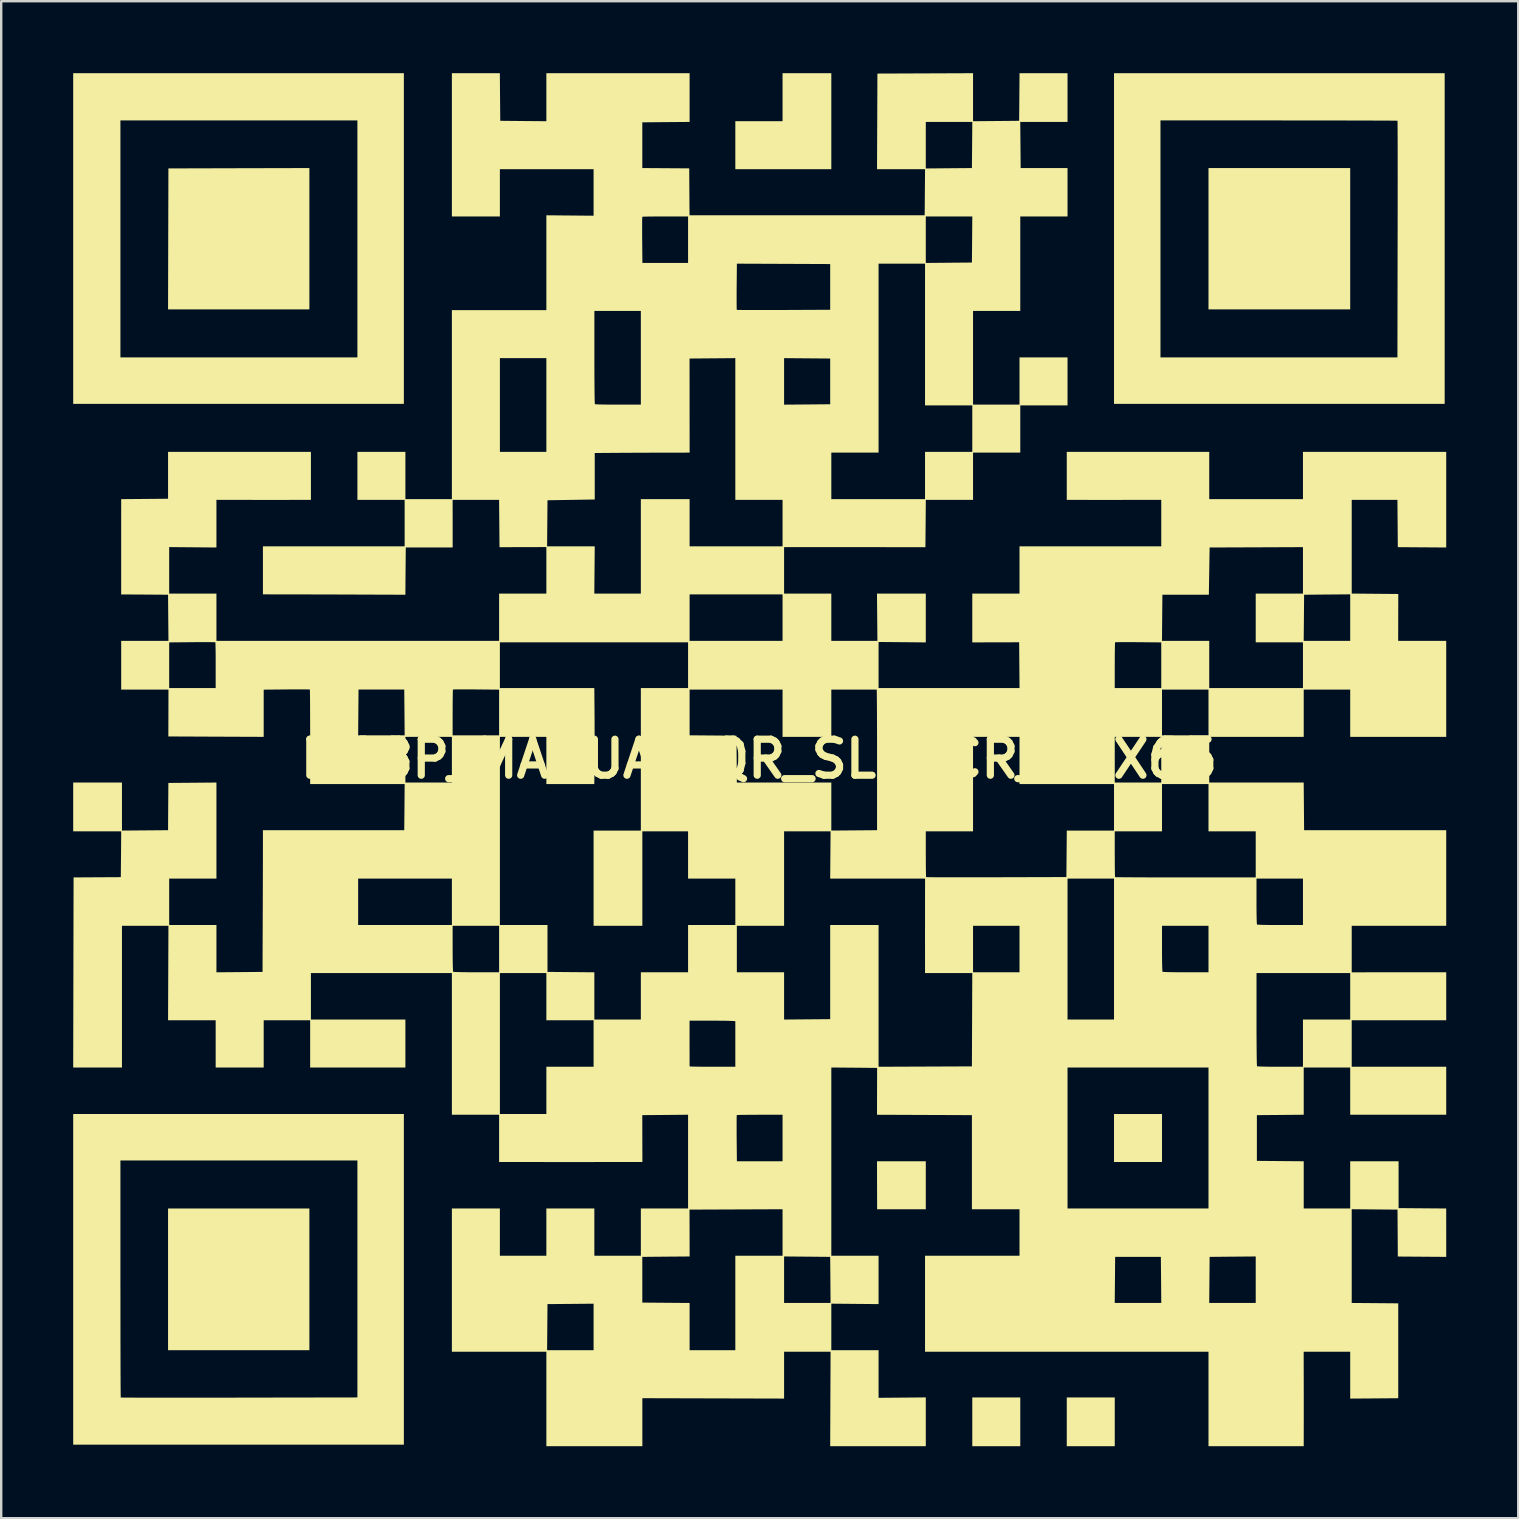
<source format=kicad_pcb>
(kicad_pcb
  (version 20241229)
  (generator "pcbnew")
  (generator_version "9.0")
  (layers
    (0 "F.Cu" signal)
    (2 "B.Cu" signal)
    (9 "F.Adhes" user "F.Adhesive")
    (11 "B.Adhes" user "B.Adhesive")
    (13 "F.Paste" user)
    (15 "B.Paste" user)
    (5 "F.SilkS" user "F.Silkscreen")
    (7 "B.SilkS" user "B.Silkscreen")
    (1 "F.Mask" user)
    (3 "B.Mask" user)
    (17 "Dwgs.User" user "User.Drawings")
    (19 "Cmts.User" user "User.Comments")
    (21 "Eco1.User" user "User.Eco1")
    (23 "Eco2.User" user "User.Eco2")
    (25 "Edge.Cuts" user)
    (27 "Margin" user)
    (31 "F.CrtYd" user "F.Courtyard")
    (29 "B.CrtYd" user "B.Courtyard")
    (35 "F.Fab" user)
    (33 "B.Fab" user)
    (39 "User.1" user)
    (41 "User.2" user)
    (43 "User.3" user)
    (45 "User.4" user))
  (footprint "MC8P_MANUAL_QR_SLKSCR_65X65"
    (layer "F.Cu")
    (at 28.575 28.575)
    (property "Reference" "MC8P_MANUAL_QR_SLKSCR_65X65" (at 0 0 0) (layer "F.SilkS") (effects (font (size 1.5 1.5) (thickness 0.3))))
    (attr board_only exclude_from_pos_files exclude_from_bom)
    (fp_poly (pts (xy -18.733 -21.677) (xy -18.733 -18.733) (xy -21.677 -18.733) (xy -24.622 -18.733) (xy -24.615 -21.67) (xy -24.607 -24.607) (xy -21.67 -24.615) (xy -18.733 -24.622)) (stroke (width 0) (type solid)) (fill yes) (layer "F.SilkS"))
    (fp_poly (pts (xy -18.733 21.685) (xy -18.733 24.638) (xy -21.677 24.638) (xy -24.622 24.638) (xy -24.622 21.685) (xy -24.622 18.733) (xy -21.677 18.733) (xy -18.733 18.733)) (stroke (width 0) (type solid)) (fill yes) (layer "F.SilkS"))
    (fp_poly (pts (xy 6.953 17.764) (xy 6.953 18.764) (xy 5.939 18.764) (xy 4.925 18.764) (xy 4.922 17.764) (xy 4.92 16.764) (xy 5.936 16.764) (xy 6.953 16.764)) (stroke (width 0) (type solid)) (fill yes) (layer "F.SilkS"))
    (fp_poly (pts (xy 10.89 27.622) (xy 10.89 28.639) (xy 9.89 28.639) (xy 8.89 28.639) (xy 8.89 27.622) (xy 8.89 26.607) (xy 9.89 26.607) (xy 10.89 26.607)) (stroke (width 0) (type solid)) (fill yes) (layer "F.SilkS"))
    (fp_poly (pts (xy 14.827 27.622) (xy 14.827 28.639) (xy 13.827 28.639) (xy 12.827 28.639) (xy 12.827 27.622) (xy 12.827 26.607) (xy 13.827 26.607) (xy 14.827 26.607)) (stroke (width 0) (type solid)) (fill yes) (layer "F.SilkS"))
    (fp_poly (pts (xy 16.796 15.796) (xy 16.796 16.796) (xy 15.796 16.796) (xy 14.796 16.796) (xy 14.796 15.796) (xy 14.796 14.796) (xy 15.796 14.796) (xy 16.796 14.796)) (stroke (width 0) (type solid)) (fill yes) (layer "F.SilkS"))
    (fp_poly (pts (xy 24.638 -21.677) (xy 24.638 -18.733) (xy 21.685 -18.733) (xy 18.733 -18.733) (xy 18.733 -21.677) (xy 18.733 -24.622) (xy 21.685 -24.622) (xy 24.638 -24.622)) (stroke (width 0) (type solid)) (fill yes) (layer "F.SilkS"))
    (fp_poly (pts (xy 3.016 -26.575) (xy 3.016 -24.575) (xy 1.016 -24.575) (xy -0.984 -24.575) (xy -0.984 -25.575) (xy -0.984 -26.575) (xy 0 -26.575) (xy 0.984 -26.575) (xy 0.984 -27.575) (xy 0.984 -28.575) (xy 2 -28.575) (xy 3.016 -28.575)) (stroke (width 0) (type solid)) (fill yes) (layer "F.SilkS"))
    (fp_poly (pts (xy -14.796 -21.685) (xy -14.796 -14.796) (xy -21.685 -14.796) (xy -28.575 -14.796) (xy -28.575 -21.669) (xy -26.607 -21.669) (xy -26.607 -16.732) (xy -21.669 -16.732) (xy -16.732 -16.732) (xy -16.732 -21.669) (xy -16.732 -26.607) (xy -21.669 -26.607) (xy -26.607 -26.607) (xy -26.607 -21.669) (xy -28.575 -21.669) (xy -28.575 -21.685) (xy -28.575 -28.575) (xy -21.685 -28.575) (xy -14.796 -28.575)) (stroke (width 0) (type solid)) (fill yes) (layer "F.SilkS"))
    (fp_poly (pts (xy -14.796 21.685) (xy -14.796 28.575) (xy -21.685 28.575) (xy -28.575 28.575) (xy -28.575 21.685) (xy -28.575 21.664) (xy -26.607 21.664) (xy -26.606 22.219) (xy -26.606 22.756) (xy -26.606 23.272) (xy -26.605 23.764) (xy -26.605 24.229) (xy -26.604 24.662) (xy -26.603 25.061) (xy -26.602 25.423) (xy -26.601 25.742) (xy -26.6 26.017) (xy -26.598 26.244) (xy -26.597 26.419) (xy -26.595 26.54) (xy -26.594 26.601) (xy -26.593 26.609) (xy -26.561 26.611) (xy -26.468 26.612) (xy -26.318 26.613) (xy -26.116 26.614) (xy -25.863 26.615) (xy -25.565 26.616) (xy -25.223 26.616) (xy -24.842 26.616) (xy -24.424 26.617) (xy -23.974 26.616) (xy -23.495 26.616) (xy -22.99 26.616) (xy -22.462 26.615) (xy -21.916 26.615) (xy -21.656 26.614) (xy -16.732 26.606) (xy -16.732 21.669) (xy -16.732 16.732) (xy -21.669 16.732) (xy -26.607 16.732) (xy -26.607 21.664) (xy -28.575 21.664) (xy -28.575 14.796) (xy -21.685 14.796) (xy -14.796 14.796)) (stroke (width 0) (type solid)) (fill yes) (layer "F.SilkS"))
    (fp_poly (pts (xy 28.575 -21.685) (xy 28.575 -14.796) (xy 21.685 -14.796) (xy 14.796 -14.796) (xy 14.796 -21.685) (xy 14.796 -26.607) (xy 16.732 -26.607) (xy 16.732 -21.669) (xy 16.732 -16.732) (xy 21.669 -16.732) (xy 26.606 -16.732) (xy 26.614 -21.656) (xy 26.615 -22.21) (xy 26.616 -22.747) (xy 26.616 -23.263) (xy 26.616 -23.755) (xy 26.617 -24.219) (xy 26.616 -24.652) (xy 26.616 -25.05) (xy 26.616 -25.411) (xy 26.615 -25.73) (xy 26.614 -26.004) (xy 26.613 -26.231) (xy 26.612 -26.405) (xy 26.611 -26.525) (xy 26.61 -26.586) (xy 26.609 -26.593) (xy 26.576 -26.595) (xy 26.484 -26.596) (xy 26.334 -26.598) (xy 26.132 -26.599) (xy 25.879 -26.6) (xy 25.58 -26.601) (xy 25.239 -26.602) (xy 24.857 -26.603) (xy 24.44 -26.604) (xy 23.99 -26.605) (xy 23.51 -26.606) (xy 23.005 -26.606) (xy 22.477 -26.606) (xy 21.93 -26.606) (xy 21.664 -26.607) (xy 16.732 -26.607) (xy 14.796 -26.607) (xy 14.796 -28.575) (xy 21.685 -28.575) (xy 28.575 -28.575)) (stroke (width 0) (type solid)) (fill yes) (layer "F.SilkS"))
    (fp_poly (pts (xy 8.922 -27.575) (xy 8.922 -26.574) (xy 9.882 -26.582) (xy 10.843 -26.591) (xy 10.851 -27.583) (xy 10.859 -28.575) (xy 11.859 -28.575) (xy 12.859 -28.575) (xy 12.859 -27.559) (xy 12.859 -26.543) (xy 11.874 -26.543) (xy 10.889 -26.543) (xy 10.898 -25.583) (xy 10.906 -24.622) (xy 11.882 -24.622) (xy 12.859 -24.622) (xy 12.859 -23.614) (xy 12.859 -22.606) (xy 11.874 -22.606) (xy 10.89 -22.606) (xy 10.89 -20.637) (xy 10.89 -18.669) (xy 9.906 -18.669) (xy 8.922 -18.669) (xy 8.922 -16.716) (xy 8.922 -14.764) (xy 9.89 -14.764) (xy 10.858 -14.764) (xy 10.858 -15.748) (xy 10.858 -16.732) (xy 11.859 -16.732) (xy 12.859 -16.732) (xy 12.859 -15.732) (xy 12.859 -14.732) (xy 11.874 -14.732) (xy 10.89 -14.732) (xy 10.89 -13.748) (xy 10.89 -12.764) (xy 9.906 -12.764) (xy 8.922 -12.764) (xy 8.922 -11.779) (xy 8.922 -10.795) (xy 7.938 -10.795) (xy 6.954 -10.795) (xy 6.946 -9.81) (xy 6.937 -8.824) (xy 3.993 -8.825) (xy 1.048 -8.826) (xy 1.048 -7.858) (xy 1.048 -6.89) (xy 2.032 -6.89) (xy 3.016 -6.89) (xy 3.016 -5.905) (xy 3.016 -4.921) (xy 3.977 -4.921) (xy 4.937 -4.921) (xy 4.928 -5.905) (xy 4.919 -6.89) (xy 5.936 -6.89) (xy 6.953 -6.89) (xy 6.953 -5.873) (xy 6.953 -4.856) (xy 5.969 -4.865) (xy 4.985 -4.874) (xy 4.985 -3.913) (xy 4.985 -2.953) (xy 7.922 -2.953) (xy 10.859 -2.953) (xy 10.851 -3.9) (xy 14.827 -3.9) (xy 14.827 -2.953) (xy 15.796 -2.953) (xy 16.764 -2.953) (xy 16.764 -3.904) (xy 16.764 -4.856) (xy 15.809 -4.865) (xy 15.569 -4.867) (xy 15.351 -4.867) (xy 15.161 -4.867) (xy 15.008 -4.866) (xy 14.901 -4.864) (xy 14.846 -4.862) (xy 14.84 -4.86) (xy 14.837 -4.827) (xy 14.834 -4.737) (xy 14.832 -4.6) (xy 14.829 -4.423) (xy 14.828 -4.215) (xy 14.827 -3.982) (xy 14.827 -3.9) (xy 10.851 -3.9) (xy 10.851 -3.907) (xy 10.843 -4.861) (xy 9.866 -4.859) (xy 8.89 -4.856) (xy 8.89 -4.921) (xy 16.795 -4.921) (xy 17.78 -4.921) (xy 18.764 -4.921) (xy 18.764 -3.937) (xy 18.764 -2.953) (xy 20.717 -2.953) (xy 22.669 -2.953) (xy 22.669 -3.905) (xy 22.669 -4.858) (xy 21.685 -4.858) (xy 20.701 -4.858) (xy 20.701 -4.921) (xy 22.7 -4.921) (xy 23.669 -4.921) (xy 24.638 -4.921) (xy 24.638 -5.89) (xy 24.638 -6.859) (xy 23.678 -6.851) (xy 22.717 -6.842) (xy 22.709 -5.882) (xy 22.7 -4.921) (xy 20.701 -4.921) (xy 20.701 -5.874) (xy 20.701 -6.89) (xy 21.685 -6.89) (xy 22.669 -6.89) (xy 22.669 -7.858) (xy 22.669 -8.826) (xy 20.725 -8.818) (xy 18.78 -8.811) (xy 18.764 -7.826) (xy 18.748 -6.842) (xy 17.78 -6.842) (xy 16.812 -6.842) (xy 16.803 -5.882) (xy 16.795 -4.921) (xy 8.89 -4.921) (xy 8.89 -5.873) (xy 8.89 -6.89) (xy 9.874 -6.89) (xy 10.858 -6.89) (xy 10.858 -7.874) (xy 10.858 -8.858) (xy 13.811 -8.858) (xy 16.764 -8.858) (xy 16.764 -9.827) (xy 16.764 -10.797) (xy 15.788 -10.795) (xy 15.479 -10.795) (xy 15.129 -10.794) (xy 14.758 -10.794) (xy 14.39 -10.794) (xy 14.046 -10.794) (xy 13.819 -10.794) (xy 12.827 -10.795) (xy 12.827 -11.795) (xy 12.827 -12.795) (xy 15.796 -12.795) (xy 18.764 -12.795) (xy 18.764 -11.811) (xy 18.764 -10.827) (xy 20.717 -10.827) (xy 22.669 -10.827) (xy 22.669 -11.811) (xy 22.669 -12.795) (xy 25.654 -12.795) (xy 28.639 -12.795) (xy 28.639 -10.803) (xy 28.639 -8.811) (xy 27.63 -8.818) (xy 26.622 -8.825) (xy 26.614 -9.81) (xy 26.606 -10.795) (xy 25.654 -10.795) (xy 24.701 -10.795) (xy 24.701 -8.843) (xy 24.701 -6.891) (xy 25.672 -6.882) (xy 26.642 -6.874) (xy 26.639 -5.898) (xy 26.637 -4.921) (xy 27.638 -4.921) (xy 28.639 -4.921) (xy 28.639 -2.921) (xy 28.639 -0.921) (xy 26.638 -0.921) (xy 24.638 -0.921) (xy 24.638 -1.905) (xy 24.638 -2.889) (xy 23.67 -2.889) (xy 22.701 -2.889) (xy 22.701 -1.905) (xy 22.701 -0.921) (xy 20.733 -0.921) (xy 18.764 -0.921) (xy 18.764 0.032) (xy 18.764 0.984) (xy 20.732 0.984) (xy 22.7 0.984) (xy 22.709 1.976) (xy 22.717 2.969) (xy 25.678 2.969) (xy 28.639 2.969) (xy 28.639 4.961) (xy 28.639 6.953) (xy 26.67 6.953) (xy 24.701 6.953) (xy 24.701 7.923) (xy 24.701 8.892) (xy 25.678 8.89) (xy 25.987 8.889) (xy 26.337 8.889) (xy 26.707 8.889) (xy 27.075 8.888) (xy 27.419 8.889) (xy 27.646 8.889) (xy 28.639 8.89) (xy 28.639 9.89) (xy 28.639 10.89) (xy 26.67 10.89) (xy 24.701 10.89) (xy 24.701 11.859) (xy 24.701 12.827) (xy 26.67 12.827) (xy 28.639 12.827) (xy 28.639 13.827) (xy 28.639 14.827) (xy 26.638 14.827) (xy 24.638 14.827) (xy 24.638 13.843) (xy 24.638 12.859) (xy 23.67 12.859) (xy 22.701 12.859) (xy 22.701 13.843) (xy 22.701 14.826) (xy 21.725 14.835) (xy 20.749 14.843) (xy 20.749 15.796) (xy 20.749 16.748) (xy 21.725 16.757) (xy 22.701 16.765) (xy 22.701 17.749) (xy 22.701 18.733) (xy 23.67 18.733) (xy 24.638 18.733) (xy 24.638 17.748) (xy 24.638 16.764) (xy 25.646 16.764) (xy 26.654 16.764) (xy 26.654 17.74) (xy 26.654 18.717) (xy 27.646 18.725) (xy 28.638 18.733) (xy 28.639 19.741) (xy 28.639 20.749) (xy 27.63 20.742) (xy 26.622 20.735) (xy 26.616 19.757) (xy 26.609 18.78) (xy 25.655 18.772) (xy 24.701 18.763) (xy 24.701 20.716) (xy 24.701 22.669) (xy 25.671 22.677) (xy 26.64 22.685) (xy 26.64 24.662) (xy 26.64 26.639) (xy 25.639 26.647) (xy 24.638 26.654) (xy 24.638 25.678) (xy 24.638 24.701) (xy 23.668 24.701) (xy 22.699 24.701) (xy 22.701 25.678) (xy 22.702 25.987) (xy 22.702 26.337) (xy 22.703 26.707) (xy 22.703 27.075) (xy 22.703 27.419) (xy 22.703 27.646) (xy 22.701 28.639) (xy 20.717 28.639) (xy 18.733 28.639) (xy 18.733 26.67) (xy 18.733 24.701) (xy 12.827 24.701) (xy 6.921 24.701) (xy 6.921 22.701) (xy 6.921 22.669) (xy 14.826 22.669) (xy 15.796 22.669) (xy 16.765 22.669) (xy 18.763 22.669) (xy 19.732 22.669) (xy 20.701 22.669) (xy 20.701 21.701) (xy 20.701 20.732) (xy 19.741 20.74) (xy 18.78 20.749) (xy 18.772 21.709) (xy 18.763 22.669) (xy 16.765 22.669) (xy 16.757 21.709) (xy 16.748 20.749) (xy 15.796 20.749) (xy 14.843 20.749) (xy 14.835 21.709) (xy 14.826 22.669) (xy 6.921 22.669) (xy 6.921 20.701) (xy 8.89 20.701) (xy 10.858 20.701) (xy 10.858 19.733) (xy 10.858 18.764) (xy 9.866 18.764) (xy 8.874 18.764) (xy 8.874 16.804) (xy 8.874 15.796) (xy 12.859 15.796) (xy 12.859 18.733) (xy 15.796 18.733) (xy 18.733 18.733) (xy 18.733 15.796) (xy 18.733 12.859) (xy 15.796 12.859) (xy 12.859 12.859) (xy 12.859 15.796) (xy 8.874 15.796) (xy 8.874 14.843) (xy 6.897 14.835) (xy 4.92 14.827) (xy 4.922 13.851) (xy 4.925 12.875) (xy 3.971 12.866) (xy 3.016 12.858) (xy 3.016 16.779) (xy 3.016 20.701) (xy 4 20.701) (xy 4.985 20.701) (xy 4.985 21.709) (xy 4.985 22.717) (xy 4.001 22.708) (xy 3.016 22.699) (xy 3.016 23.669) (xy 3.016 24.638) (xy 4 24.638) (xy 4.985 24.638) (xy 4.985 25.63) (xy 4.985 26.622) (xy 5.969 26.614) (xy 6.953 26.605) (xy 6.953 27.622) (xy 6.953 28.639) (xy 4.961 28.639) (xy 2.969 28.639) (xy 2.977 26.67) (xy 2.985 24.701) (xy 2.016 24.701) (xy 1.048 24.701) (xy 1.048 25.678) (xy 1.048 26.654) (xy -1.905 26.646) (xy -4.858 26.638) (xy -4.858 27.638) (xy -4.858 28.639) (xy -6.858 28.639) (xy -8.858 28.639) (xy -8.858 26.67) (xy -8.858 24.701) (xy -10.827 24.701) (xy -12.795 24.701) (xy -12.795 24.638) (xy -8.827 24.638) (xy -7.859 24.638) (xy -6.89 24.638) (xy -6.89 23.669) (xy -6.89 22.7) (xy -7.85 22.709) (xy -8.811 22.717) (xy -8.819 23.678) (xy -8.827 24.638) (xy -12.795 24.638) (xy -12.795 21.717) (xy -12.795 20.749) (xy -4.86 20.749) (xy -4.86 21.701) (xy -4.86 22.654) (xy -3.875 22.662) (xy -2.889 22.67) (xy -2.889 23.654) (xy -2.889 24.638) (xy -1.937 24.638) (xy -0.984 24.638) (xy -0.984 22.669) (xy -0.984 21.701) (xy 1.048 21.701) (xy 1.048 22.669) (xy 2.017 22.669) (xy 2.985 22.669) (xy 2.977 21.709) (xy 2.969 20.749) (xy 2.008 20.74) (xy 1.048 20.732) (xy 1.048 21.701) (xy -0.984 21.701) (xy -0.984 20.701) (xy 0 20.701) (xy 0.984 20.701) (xy 0.984 19.732) (xy 0.984 18.764) (xy -0.954 18.772) (xy -2.893 18.78) (xy -2.89 19.756) (xy -2.888 20.732) (xy -3.874 20.74) (xy -4.86 20.749) (xy -12.795 20.749) (xy -12.795 18.733) (xy -11.795 18.733) (xy -10.795 18.733) (xy -10.795 19.717) (xy -10.795 20.701) (xy -9.827 20.701) (xy -8.858 20.701) (xy -8.858 19.717) (xy -8.858 18.733) (xy -7.858 18.733) (xy -6.858 18.733) (xy -6.858 19.717) (xy -6.858 20.701) (xy -5.89 20.701) (xy -4.921 20.701) (xy -4.921 19.717) (xy -4.921 18.733) (xy -3.937 18.733) (xy -2.953 18.733) (xy -2.953 16.779) (xy -2.953 15.278) (xy -0.93 15.278) (xy -0.93 15.487) (xy -0.929 15.72) (xy -0.928 15.809) (xy -0.919 16.764) (xy 0.033 16.764) (xy 0.984 16.764) (xy 0.984 15.796) (xy 0.984 14.827) (xy 0.037 14.827) (xy -0.202 14.828) (xy -0.419 14.829) (xy -0.608 14.831) (xy -0.759 14.833) (xy -0.865 14.836) (xy -0.919 14.839) (xy -0.923 14.84) (xy -0.926 14.874) (xy -0.929 14.964) (xy -0.93 15.101) (xy -0.93 15.278) (xy -2.953 15.278) (xy -2.953 14.826) (xy -3.907 14.835) (xy -4.861 14.843) (xy -4.859 15.819) (xy -4.856 16.796) (xy -5.857 16.796) (xy -6.172 16.796) (xy -6.529 16.796) (xy -6.904 16.797) (xy -7.277 16.797) (xy -7.625 16.797) (xy -7.858 16.797) (xy -8.172 16.797) (xy -8.526 16.797) (xy -8.898 16.797) (xy -9.267 16.796) (xy -9.61 16.796) (xy -9.842 16.796) (xy -10.827 16.796) (xy -10.827 15.812) (xy -10.827 14.827) (xy -11.811 14.827) (xy -12.795 14.827) (xy -12.795 11.874) (xy -12.795 11.859) (xy -10.794 11.859) (xy -10.794 14.796) (xy -9.826 14.796) (xy -8.858 14.796) (xy -8.858 13.811) (xy -8.858 12.827) (xy -7.874 12.827) (xy -6.89 12.827) (xy -6.89 11.859) (xy -6.89 10.906) (xy -2.891 10.906) (xy -2.891 11.851) (xy -2.891 12.089) (xy -2.89 12.307) (xy -2.89 12.495) (xy -2.89 12.646) (xy -2.89 12.753) (xy -2.89 12.806) (xy -2.89 12.811) (xy -2.859 12.815) (xy -2.773 12.819) (xy -2.639 12.822) (xy -2.464 12.824) (xy -2.257 12.826) (xy -2.026 12.827) (xy -1.937 12.827) (xy -0.984 12.827) (xy -0.984 11.89) (xy -0.984 11.652) (xy -0.984 11.435) (xy -0.984 11.247) (xy -0.984 11.095) (xy -0.984 10.988) (xy -0.984 10.934) (xy -0.984 10.93) (xy -1.015 10.924) (xy -1.101 10.919) (xy -1.235 10.914) (xy -1.41 10.91) (xy -1.616 10.908) (xy -1.848 10.906) (xy -1.938 10.906) (xy -2.891 10.906) (xy -6.89 10.906) (xy -6.89 10.89) (xy -7.874 10.89) (xy -8.858 10.89) (xy -8.858 9.906) (xy -8.858 8.922) (xy -9.826 8.922) (xy -10.794 8.922) (xy -10.794 11.859) (xy -12.795 11.859) (xy -12.795 8.922) (xy -15.732 8.922) (xy -18.669 8.922) (xy -18.669 9.89) (xy -18.669 10.858) (xy -16.701 10.858) (xy -14.732 10.858) (xy -14.732 11.859) (xy -14.732 12.859) (xy -16.716 12.859) (xy -18.701 12.859) (xy -18.701 11.874) (xy -18.701 10.89) (xy -19.669 10.89) (xy -20.637 10.89) (xy -20.637 11.874) (xy -20.637 12.859) (xy -21.638 12.859) (xy -22.638 12.859) (xy -22.638 11.874) (xy -22.638 10.89) (xy -23.63 10.89) (xy -24.622 10.89) (xy -24.614 8.922) (xy -24.606 6.953) (xy -25.575 6.953) (xy -26.543 6.953) (xy -26.543 9.906) (xy -26.543 12.859) (xy -27.559 12.859) (xy -28.575 12.859) (xy -28.567 8.898) (xy -28.559 4.937) (xy -27.575 4.931) (xy -26.591 4.926) (xy -26.582 3.971) (xy -26.574 3.016) (xy -27.574 3.016) (xy -28.575 3.016) (xy -28.575 2) (xy -28.575 0.984) (xy -27.559 0.984) (xy -26.543 0.984) (xy -26.543 1.985) (xy -26.543 2.985) (xy -25.583 2.977) (xy -24.622 2.969) (xy -24.616 1.984) (xy -24.609 1) (xy -23.607 0.992) (xy -22.606 0.983) (xy -22.606 2.984) (xy -22.606 4.985) (xy -23.59 4.985) (xy -24.575 4.985) (xy -24.575 5.953) (xy -24.575 6.921) (xy -23.59 6.921) (xy -22.606 6.921) (xy -22.606 7.906) (xy -22.606 8.891) (xy -21.646 8.883) (xy -20.685 8.874) (xy -20.682 7.9) (xy -12.764 7.9) (xy -12.763 8.14) (xy -12.761 8.358) (xy -12.758 8.548) (xy -12.754 8.7) (xy -12.749 8.808) (xy -12.744 8.864) (xy -12.742 8.869) (xy -12.706 8.874) (xy -12.615 8.879) (xy -12.476 8.883) (xy -12.298 8.886) (xy -12.088 8.889) (xy -11.855 8.89) (xy -11.774 8.89) (xy -10.827 8.89) (xy -10.827 7.922) (xy -10.827 6.953) (xy -11.795 6.953) (xy -12.764 6.953) (xy -12.764 7.9) (xy -20.682 7.9) (xy -20.678 6.906) (xy -20.677 6.521) (xy -20.675 6.126) (xy -20.675 5.953) (xy -16.701 5.953) (xy -16.701 6.921) (xy -14.748 6.921) (xy -12.795 6.921) (xy -12.795 5.953) (xy -12.795 4.985) (xy -14.748 4.985) (xy -16.701 4.985) (xy -16.701 5.953) (xy -20.675 5.953) (xy -20.674 5.73) (xy -20.673 5.344) (xy -20.672 4.976) (xy -20.671 4.637) (xy -20.67 4.336) (xy -20.67 4.083) (xy -20.67 3.953) (xy -20.669 2.969) (xy -17.724 2.969) (xy -14.78 2.969) (xy -14.771 2.008) (xy -14.763 1.048) (xy -16.732 1.048) (xy -18.701 1.048) (xy -18.701 0.032) (xy -14.732 0.032) (xy -14.732 0.984) (xy -13.764 0.984) (xy -12.795 0.984) (xy -12.795 0.032) (xy -12.795 -0.921) (xy -13.764 -0.921) (xy -14.732 -0.921) (xy -14.732 0.032) (xy -18.701 0.032) (xy -18.701 -0.915) (xy -18.701 -0.984) (xy -16.701 -0.984) (xy -15.732 -0.984) (xy -14.763 -0.984) (xy -14.771 -1.931) (xy -12.764 -1.931) (xy -12.764 -0.984) (xy -11.795 -0.984) (xy -10.827 -0.984) (xy -10.827 -1.936) (xy -10.827 -2.887) (xy -11.782 -2.896) (xy -12.022 -2.898) (xy -12.24 -2.899) (xy -12.43 -2.899) (xy -12.582 -2.898) (xy -12.69 -2.896) (xy -12.745 -2.893) (xy -12.75 -2.892) (xy -12.754 -2.858) (xy -12.757 -2.769) (xy -12.759 -2.631) (xy -12.761 -2.455) (xy -12.763 -2.246) (xy -12.763 -2.014) (xy -12.764 -1.931) (xy -14.771 -1.931) (xy -14.771 -1.938) (xy -14.78 -2.891) (xy -15.732 -2.891) (xy -16.685 -2.891) (xy -16.693 -1.938) (xy -16.701 -0.984) (xy -18.701 -0.984) (xy -18.701 -1.263) (xy -18.702 -1.59) (xy -18.703 -1.894) (xy -18.704 -2.167) (xy -18.705 -2.405) (xy -18.707 -2.601) (xy -18.709 -2.752) (xy -18.711 -2.85) (xy -18.714 -2.891) (xy -18.714 -2.892) (xy -18.748 -2.895) (xy -18.837 -2.897) (xy -18.974 -2.898) (xy -19.151 -2.899) (xy -19.36 -2.898) (xy -19.593 -2.897) (xy -19.682 -2.896) (xy -20.637 -2.887) (xy -20.637 -1.904) (xy -20.637 -0.92) (xy -22.624 -0.928) (xy -24.61 -0.937) (xy -24.607 -1.913) (xy -24.605 -2.889) (xy -25.59 -2.889) (xy -26.575 -2.889) (xy -26.575 -3.905) (xy -26.575 -4.856) (xy -24.575 -4.856) (xy -24.575 -3.904) (xy -24.575 -2.953) (xy -23.606 -2.953) (xy -22.638 -2.953) (xy -22.638 -3.9) (xy -22.638 -3.905) (xy -10.795 -3.905) (xy -10.795 -2.953) (xy -8.827 -2.953) (xy -6.86 -2.953) (xy -6.851 -1.953) (xy -6.849 -1.638) (xy -6.848 -1.281) (xy -6.847 -0.905) (xy -6.848 -0.532) (xy -6.849 -0.184) (xy -6.851 0.048) (xy -6.86 1.048) (xy -7.859 1.048) (xy -8.858 1.048) (xy -8.858 0.064) (xy -8.858 -0.921) (xy -9.826 -0.921) (xy -10.794 -0.921) (xy -10.794 3) (xy -10.794 6.921) (xy -9.803 6.921) (xy -8.811 6.921) (xy -8.811 7.898) (xy -8.811 8.874) (xy -7.834 8.883) (xy -6.858 8.891) (xy -6.858 9.875) (xy -6.858 10.858) (xy -5.89 10.858) (xy -4.921 10.858) (xy -4.921 9.874) (xy -4.921 8.89) (xy -3.937 8.89) (xy -2.953 8.89) (xy -2.953 7.906) (xy -2.953 6.953) (xy -0.921 6.953) (xy -0.921 7.922) (xy -0.921 8.89) (xy 0.064 8.89) (xy 1.048 8.89) (xy 1.048 9.875) (xy 1.048 10.859) (xy 2.008 10.851) (xy 2.969 10.843) (xy 2.969 8.882) (xy 2.969 6.921) (xy 3.977 6.921) (xy 4.985 6.921) (xy 4.985 9.874) (xy 4.985 12.827) (xy 6.929 12.819) (xy 8.874 12.811) (xy 8.882 10.866) (xy 8.89 8.922) (xy 7.906 8.922) (xy 6.921 8.922) (xy 6.921 7.93) (xy 6.921 7.922) (xy 8.922 7.922) (xy 8.922 8.89) (xy 9.89 8.89) (xy 10.858 8.89) (xy 10.858 7.922) (xy 12.859 7.922) (xy 12.859 10.858) (xy 13.827 10.858) (xy 14.796 10.858) (xy 14.796 8.922) (xy 20.734 8.922) (xy 20.734 10.854) (xy 20.734 11.198) (xy 20.735 11.524) (xy 20.737 11.825) (xy 20.739 12.096) (xy 20.741 12.331) (xy 20.744 12.525) (xy 20.747 12.673) (xy 20.751 12.768) (xy 20.754 12.806) (xy 20.754 12.806) (xy 20.79 12.812) (xy 20.882 12.816) (xy 21.02 12.82) (xy 21.199 12.824) (xy 21.408 12.826) (xy 21.641 12.827) (xy 21.722 12.827) (xy 22.669 12.827) (xy 22.669 11.843) (xy 22.669 10.858) (xy 23.654 10.858) (xy 24.638 10.858) (xy 24.638 9.89) (xy 24.638 8.922) (xy 22.686 8.922) (xy 20.734 8.922) (xy 14.796 8.922) (xy 14.796 7.922) (xy 14.796 7.9) (xy 16.796 7.9) (xy 16.796 8.14) (xy 16.798 8.358) (xy 16.801 8.548) (xy 16.805 8.7) (xy 16.81 8.808) (xy 16.815 8.864) (xy 16.817 8.869) (xy 16.853 8.874) (xy 16.944 8.879) (xy 17.083 8.883) (xy 17.261 8.886) (xy 17.471 8.889) (xy 17.704 8.89) (xy 17.785 8.89) (xy 18.733 8.89) (xy 18.733 7.922) (xy 18.733 6.953) (xy 17.764 6.953) (xy 16.796 6.953) (xy 16.796 7.9) (xy 14.796 7.9) (xy 14.796 5.932) (xy 20.733 5.932) (xy 20.733 6.171) (xy 20.735 6.39) (xy 20.738 6.579) (xy 20.742 6.732) (xy 20.747 6.84) (xy 20.752 6.895) (xy 20.754 6.9) (xy 20.79 6.906) (xy 20.881 6.91) (xy 21.02 6.915) (xy 21.198 6.918) (xy 21.408 6.92) (xy 21.641 6.921) (xy 21.722 6.921) (xy 22.669 6.921) (xy 22.669 5.953) (xy 22.669 4.985) (xy 21.701 4.985) (xy 20.733 4.985) (xy 20.733 5.932) (xy 14.796 5.932) (xy 14.796 4.985) (xy 13.827 4.985) (xy 12.859 4.985) (xy 12.859 7.922) (xy 10.858 7.922) (xy 10.858 6.953) (xy 9.89 6.953) (xy 8.922 6.953) (xy 8.922 7.922) (xy 6.921 7.922) (xy 6.92 7.617) (xy 6.92 7.265) (xy 6.921 6.894) (xy 6.921 6.527) (xy 6.921 6.185) (xy 6.921 5.961) (xy 6.923 4.985) (xy 4.946 4.985) (xy 2.969 4.985) (xy 2.977 4.001) (xy 2.986 3.016) (xy 6.953 3.016) (xy 6.953 3.963) (xy 6.954 4.202) (xy 6.955 4.42) (xy 6.957 4.608) (xy 6.959 4.759) (xy 6.962 4.866) (xy 6.965 4.919) (xy 6.966 4.924) (xy 6.999 4.926) (xy 7.091 4.927) (xy 7.238 4.929) (xy 7.435 4.93) (xy 7.677 4.931) (xy 7.961 4.931) (xy 8.281 4.932) (xy 8.633 4.932) (xy 9.014 4.931) (xy 9.417 4.931) (xy 9.84 4.93) (xy 9.895 4.93) (xy 12.811 4.922) (xy 12.82 3.953) (xy 12.828 3.016) (xy 14.827 3.016) (xy 14.827 3.963) (xy 14.828 4.202) (xy 14.829 4.42) (xy 14.831 4.608) (xy 14.833 4.759) (xy 14.836 4.866) (xy 14.839 4.919) (xy 14.84 4.924) (xy 14.873 4.926) (xy 14.965 4.928) (xy 15.112 4.929) (xy 15.309 4.931) (xy 15.551 4.932) (xy 15.835 4.934) (xy 16.155 4.935) (xy 16.508 4.936) (xy 16.888 4.936) (xy 17.292 4.937) (xy 17.715 4.937) (xy 17.777 4.937) (xy 20.701 4.937) (xy 20.701 3.977) (xy 20.701 3.016) (xy 19.717 3.016) (xy 18.733 3.016) (xy 18.733 2.032) (xy 18.733 1.048) (xy 17.764 1.048) (xy 16.796 1.048) (xy 16.796 2.032) (xy 16.796 3.016) (xy 15.812 3.016) (xy 14.827 3.016) (xy 12.828 3.016) (xy 12.828 2.985) (xy 13.812 2.985) (xy 14.796 2.985) (xy 14.796 2.016) (xy 14.796 1.048) (xy 12.827 1.048) (xy 10.858 1.048) (xy 10.858 0.064) (xy 10.858 0.032) (xy 14.827 0.032) (xy 14.827 0.984) (xy 15.796 0.984) (xy 16.764 0.984) (xy 16.764 0.032) (xy 16.764 -0.921) (xy 15.796 -0.921) (xy 14.827 -0.921) (xy 14.827 0.032) (xy 10.858 0.032) (xy 10.858 -0.921) (xy 9.89 -0.921) (xy 8.922 -0.921) (xy 8.922 1.048) (xy 8.922 3.016) (xy 7.938 3.016) (xy 6.953 3.016) (xy 2.986 3.016) (xy 2.017 3.016) (xy 1.048 3.016) (xy 1.048 4.985) (xy 1.048 6.953) (xy 0.064 6.953) (xy -0.921 6.953) (xy -2.953 6.953) (xy -2.953 6.921) (xy -1.968 6.921) (xy -0.984 6.921) (xy -0.984 5.953) (xy -0.984 4.985) (xy -1.968 4.985) (xy -2.953 4.985) (xy -2.953 4) (xy -2.953 3.016) (xy -3.905 3.016) (xy -4.858 3.016) (xy -4.858 4.985) (xy -4.858 6.953) (xy -5.874 6.953) (xy -6.89 6.953) (xy -6.89 4.969) (xy -6.89 2.985) (xy -5.905 2.985) (xy -4.921 2.985) (xy -4.921 0.016) (xy -4.921 -2.889) (xy -2.889 -2.889) (xy -2.889 -1.937) (xy -2.889 -0.985) (xy -1.913 -0.977) (xy -0.937 -0.968) (xy -0.928 0.008) (xy -0.92 0.984) (xy 1.048 0.984) (xy 3.016 0.984) (xy 3.016 1.985) (xy 3.016 2.985) (xy 3.969 2.977) (xy 4.922 2.969) (xy 4.922 0.04) (xy 4.922 -0.386) (xy 4.922 -0.792) (xy 4.921 -1.176) (xy 4.92 -1.532) (xy 4.918 -1.857) (xy 4.918 -1.937) (xy 16.796 -1.937) (xy 16.796 -0.984) (xy 17.764 -0.984) (xy 18.733 -0.984) (xy 18.733 -1.937) (xy 18.733 -2.889) (xy 17.764 -2.889) (xy 16.796 -2.889) (xy 16.796 -1.937) (xy 4.918 -1.937) (xy 4.917 -2.145) (xy 4.915 -2.393) (xy 4.913 -2.596) (xy 4.911 -2.749) (xy 4.909 -2.848) (xy 4.906 -2.888) (xy 4.906 -2.889) (xy 4.871 -2.889) (xy 4.781 -2.889) (xy 4.643 -2.889) (xy 4.466 -2.889) (xy 4.258 -2.889) (xy 4.025 -2.889) (xy 3.953 -2.889) (xy 3.016 -2.889) (xy 3.016 -1.905) (xy 3.016 -0.921) (xy 2 -0.921) (xy 0.984 -0.921) (xy 0.984 -1.905) (xy 0.984 -2.889) (xy -0.953 -2.889) (xy -2.889 -2.889) (xy -4.921 -2.889) (xy -4.921 -2.953) (xy -3.937 -2.953) (xy -2.953 -2.953) (xy -2.953 -3.905) (xy -2.953 -4.858) (xy -6.874 -4.858) (xy -10.795 -4.858) (xy -10.795 -3.905) (xy -22.638 -3.905) (xy -22.638 -4.139) (xy -22.639 -4.356) (xy -22.641 -4.545) (xy -22.644 -4.696) (xy -22.647 -4.802) (xy -22.65 -4.856) (xy -22.651 -4.86) (xy -22.685 -4.863) (xy -22.774 -4.866) (xy -22.911 -4.867) (xy -23.088 -4.867) (xy -23.297 -4.867) (xy -23.53 -4.866) (xy -23.619 -4.865) (xy -24.575 -4.856) (xy -26.575 -4.856) (xy -26.575 -4.921) (xy -25.59 -4.921) (xy -24.605 -4.921) (xy -24.614 -5.882) (xy -24.622 -6.842) (xy -25.599 -6.849) (xy -26.576 -6.855) (xy -26.576 -7.849) (xy -26.576 -8.163) (xy -26.576 -8.518) (xy -26.576 -8.892) (xy -26.576 -9.263) (xy -26.576 -9.609) (xy -26.576 -9.834) (xy -26.575 -10.826) (xy -25.598 -10.834) (xy -24.622 -10.843) (xy -24.622 -11.819) (xy -24.622 -12.795) (xy -21.646 -12.795) (xy -18.669 -12.795) (xy -18.669 -11.795) (xy -18.669 -10.795) (xy -19.661 -10.794) (xy -19.974 -10.794) (xy -20.326 -10.794) (xy -20.697 -10.794) (xy -21.064 -10.794) (xy -21.406 -10.795) (xy -21.63 -10.795) (xy -22.606 -10.797) (xy -22.606 -9.804) (xy -22.606 -8.811) (xy -23.59 -8.819) (xy -24.575 -8.828) (xy -24.575 -7.859) (xy -24.575 -6.89) (xy -23.59 -6.89) (xy -22.606 -6.89) (xy -22.606 -5.905) (xy -22.606 -4.921) (xy -16.716 -4.921) (xy -10.827 -4.921) (xy -10.827 -5.889) (xy -2.889 -5.889) (xy -2.889 -4.921) (xy -0.953 -4.921) (xy 0.984 -4.921) (xy 0.984 -5.889) (xy 0.984 -6.857) (xy -0.953 -6.857) (xy -2.889 -6.857) (xy -2.889 -5.889) (xy -10.827 -5.889) (xy -10.827 -5.905) (xy -10.827 -6.89) (xy -9.842 -6.89) (xy -8.858 -6.89) (xy -8.858 -7.859) (xy -8.858 -8.828) (xy -9.835 -8.826) (xy -10.811 -8.823) (xy -10.811 -8.858) (xy -8.827 -8.858) (xy -7.835 -8.858) (xy -6.842 -8.858) (xy -6.851 -7.874) (xy -6.86 -6.89) (xy -5.891 -6.89) (xy -4.921 -6.89) (xy -4.921 -8.858) (xy -4.921 -10.827) (xy -3.905 -10.827) (xy -2.889 -10.827) (xy -2.889 -9.842) (xy -2.889 -8.858) (xy -0.953 -8.858) (xy 0.984 -8.858) (xy 0.984 -9.827) (xy 0.984 -10.795) (xy 0 -10.795) (xy -0.984 -10.795) (xy -0.984 -12.764) (xy 3.016 -12.764) (xy 3.016 -11.795) (xy 3.016 -10.827) (xy 4.969 -10.827) (xy 6.921 -10.827) (xy 6.921 -11.811) (xy 6.921 -12.795) (xy 7.906 -12.795) (xy 8.89 -12.795) (xy 8.89 -13.764) (xy 8.89 -14.732) (xy 7.906 -14.732) (xy 6.921 -14.732) (xy 6.921 -15.724) (xy 6.921 -15.945) (xy 6.921 -16.219) (xy 6.921 -16.537) (xy 6.921 -16.89) (xy 6.921 -17.267) (xy 6.921 -17.658) (xy 6.921 -18.055) (xy 6.921 -18.447) (xy 6.921 -18.677) (xy 6.922 -20.638) (xy 5.953 -20.637) (xy 4.985 -20.637) (xy 4.985 -16.701) (xy 4.985 -12.764) (xy 4 -12.764) (xy 3.016 -12.764) (xy -0.984 -12.764) (xy -0.984 -13.748) (xy -0.984 -15.732) (xy 1.048 -15.732) (xy 1.048 -14.763) (xy 2.008 -14.771) (xy 2.969 -14.78) (xy 2.969 -15.732) (xy 2.969 -16.685) (xy 2.008 -16.693) (xy 1.048 -16.701) (xy 1.048 -15.732) (xy -0.984 -15.732) (xy -0.984 -16.701) (xy -1.938 -16.693) (xy -2.891 -16.685) (xy -2.89 -14.724) (xy -2.888 -12.764) (xy -3.897 -12.763) (xy -4.21 -12.762) (xy -4.561 -12.761) (xy -4.929 -12.76) (xy -5.293 -12.758) (xy -5.633 -12.757) (xy -5.874 -12.755) (xy -6.842 -12.748) (xy -6.842 -11.779) (xy -6.842 -10.811) (xy -7.826 -10.795) (xy -8.811 -10.779) (xy -8.819 -9.819) (xy -8.827 -8.858) (xy -10.811 -8.858) (xy -10.819 -9.809) (xy -10.828 -10.795) (xy -11.796 -10.795) (xy -12.764 -10.795) (xy -12.763 -9.803) (xy -12.763 -8.811) (xy -13.74 -8.811) (xy -14.716 -8.811) (xy -14.725 -7.826) (xy -14.733 -6.842) (xy -16.725 -6.849) (xy -17.111 -6.851) (xy -17.507 -6.852) (xy -17.903 -6.853) (xy -18.289 -6.854) (xy -18.657 -6.855) (xy -18.996 -6.856) (xy -19.297 -6.857) (xy -19.551 -6.857) (xy -19.693 -6.857) (xy -20.669 -6.858) (xy -20.669 -7.858) (xy -20.669 -8.858) (xy -17.716 -8.858) (xy -14.764 -8.858) (xy -14.764 -9.827) (xy -14.764 -10.795) (xy -15.748 -10.795) (xy -16.732 -10.795) (xy -16.732 -11.795) (xy -16.732 -12.795) (xy -15.732 -12.795) (xy -14.732 -12.795) (xy -14.732 -11.811) (xy -14.732 -10.827) (xy -13.764 -10.827) (xy -12.795 -10.827) (xy -12.795 -14.748) (xy -10.794 -14.748) (xy -10.794 -12.795) (xy -9.826 -12.795) (xy -8.858 -12.795) (xy -8.858 -14.748) (xy -8.858 -16.701) (xy -9.826 -16.701) (xy -10.794 -16.701) (xy -10.794 -14.748) (xy -12.795 -14.748) (xy -12.795 -14.764) (xy -12.795 -18.669) (xy -6.857 -18.669) (xy -6.857 -16.737) (xy -6.857 -16.393) (xy -6.856 -16.067) (xy -6.854 -15.766) (xy -6.852 -15.495) (xy -6.85 -15.26) (xy -6.847 -15.066) (xy -6.844 -14.918) (xy -6.84 -14.822) (xy -6.837 -14.785) (xy -6.836 -14.784) (xy -6.801 -14.779) (xy -6.709 -14.774) (xy -6.57 -14.77) (xy -6.392 -14.767) (xy -6.183 -14.765) (xy -5.949 -14.764) (xy -5.868 -14.764) (xy -4.921 -14.764) (xy -4.921 -16.716) (xy -4.921 -18.669) (xy -5.889 -18.669) (xy -6.857 -18.669) (xy -12.795 -18.669) (xy -12.795 -18.701) (xy -10.827 -18.701) (xy -8.858 -18.701) (xy -8.858 -19.224) (xy -0.93 -19.224) (xy -0.93 -19.035) (xy -0.929 -18.882) (xy -0.927 -18.774) (xy -0.924 -18.719) (xy -0.923 -18.714) (xy -0.89 -18.711) (xy -0.799 -18.71) (xy -0.655 -18.708) (xy -0.464 -18.707) (xy -0.232 -18.706) (xy 0.037 -18.706) (xy 0.336 -18.706) (xy 0.66 -18.707) (xy 1.004 -18.708) (xy 1.029 -18.708) (xy 2.969 -18.717) (xy 2.969 -19.669) (xy 2.969 -20.622) (xy 1.025 -20.63) (xy -0.919 -20.638) (xy -0.928 -19.683) (xy -0.93 -19.443) (xy -0.93 -19.224) (xy -8.858 -19.224) (xy -8.858 -20.677) (xy -8.858 -22.155) (xy -4.867 -22.155) (xy -4.867 -21.946) (xy -4.866 -21.713) (xy -4.865 -21.624) (xy -4.856 -20.669) (xy -3.904 -20.669) (xy -2.953 -20.669) (xy -2.953 -21.637) (xy 6.953 -21.637) (xy 6.953 -20.668) (xy 7.914 -20.677) (xy 8.874 -20.685) (xy 8.883 -21.646) (xy 8.891 -22.606) (xy 7.922 -22.606) (xy 6.953 -22.606) (xy 6.953 -21.637) (xy -2.953 -21.637) (xy -2.953 -21.638) (xy -2.953 -22.606) (xy -3.9 -22.606) (xy -4.139 -22.606) (xy -4.356 -22.604) (xy -4.545 -22.602) (xy -4.696 -22.6) (xy -4.802 -22.597) (xy -4.856 -22.594) (xy -4.86 -22.593) (xy -4.863 -22.559) (xy -4.866 -22.469) (xy -4.867 -22.332) (xy -4.867 -22.155) (xy -8.858 -22.155) (xy -8.858 -22.654) (xy -7.874 -22.645) (xy -6.89 -22.636) (xy -6.89 -23.605) (xy -6.89 -24.575) (xy -8.842 -24.575) (xy -10.795 -24.575) (xy -10.795 -23.59) (xy -10.795 -22.606) (xy -11.795 -22.606) (xy -12.795 -22.606) (xy -12.795 -25.59) (xy -12.795 -28.575) (xy -11.796 -28.575) (xy -10.796 -28.575) (xy -10.788 -27.583) (xy -10.779 -26.591) (xy -9.819 -26.582) (xy -8.858 -26.574) (xy -8.858 -27.574) (xy -8.858 -28.575) (xy -5.874 -28.575) (xy -2.889 -28.575) (xy -2.889 -27.559) (xy -2.889 -26.544) (xy -3.875 -26.536) (xy -4.86 -26.527) (xy -4.86 -25.575) (xy -4.86 -24.622) (xy -3.882 -24.616) (xy -2.905 -24.609) (xy -2.899 -23.631) (xy -2.892 -22.654) (xy 2.007 -22.654) (xy 6.906 -22.654) (xy 6.914 -23.614) (xy 6.922 -24.575) (xy 5.922 -24.575) (xy 4.921 -24.575) (xy 4.925 -25.574) (xy 6.953 -25.574) (xy 6.953 -24.605) (xy 7.914 -24.614) (xy 8.874 -24.622) (xy 8.883 -25.583) (xy 8.891 -26.543) (xy 7.922 -26.543) (xy 6.953 -26.543) (xy 6.953 -25.574) (xy 4.925 -25.574) (xy 4.929 -26.567) (xy 4.937 -28.559) (xy 6.929 -28.567) (xy 8.922 -28.575)) (stroke (width 0) (type solid)) (fill yes) (layer "F.SilkS")))
  (gr_rect
    (start -3 -3)
    (end 60.214 60.214)
    (stroke (width 0.1) (type default))
    (fill no)
    (layer "Edge.Cuts")))
</source>
